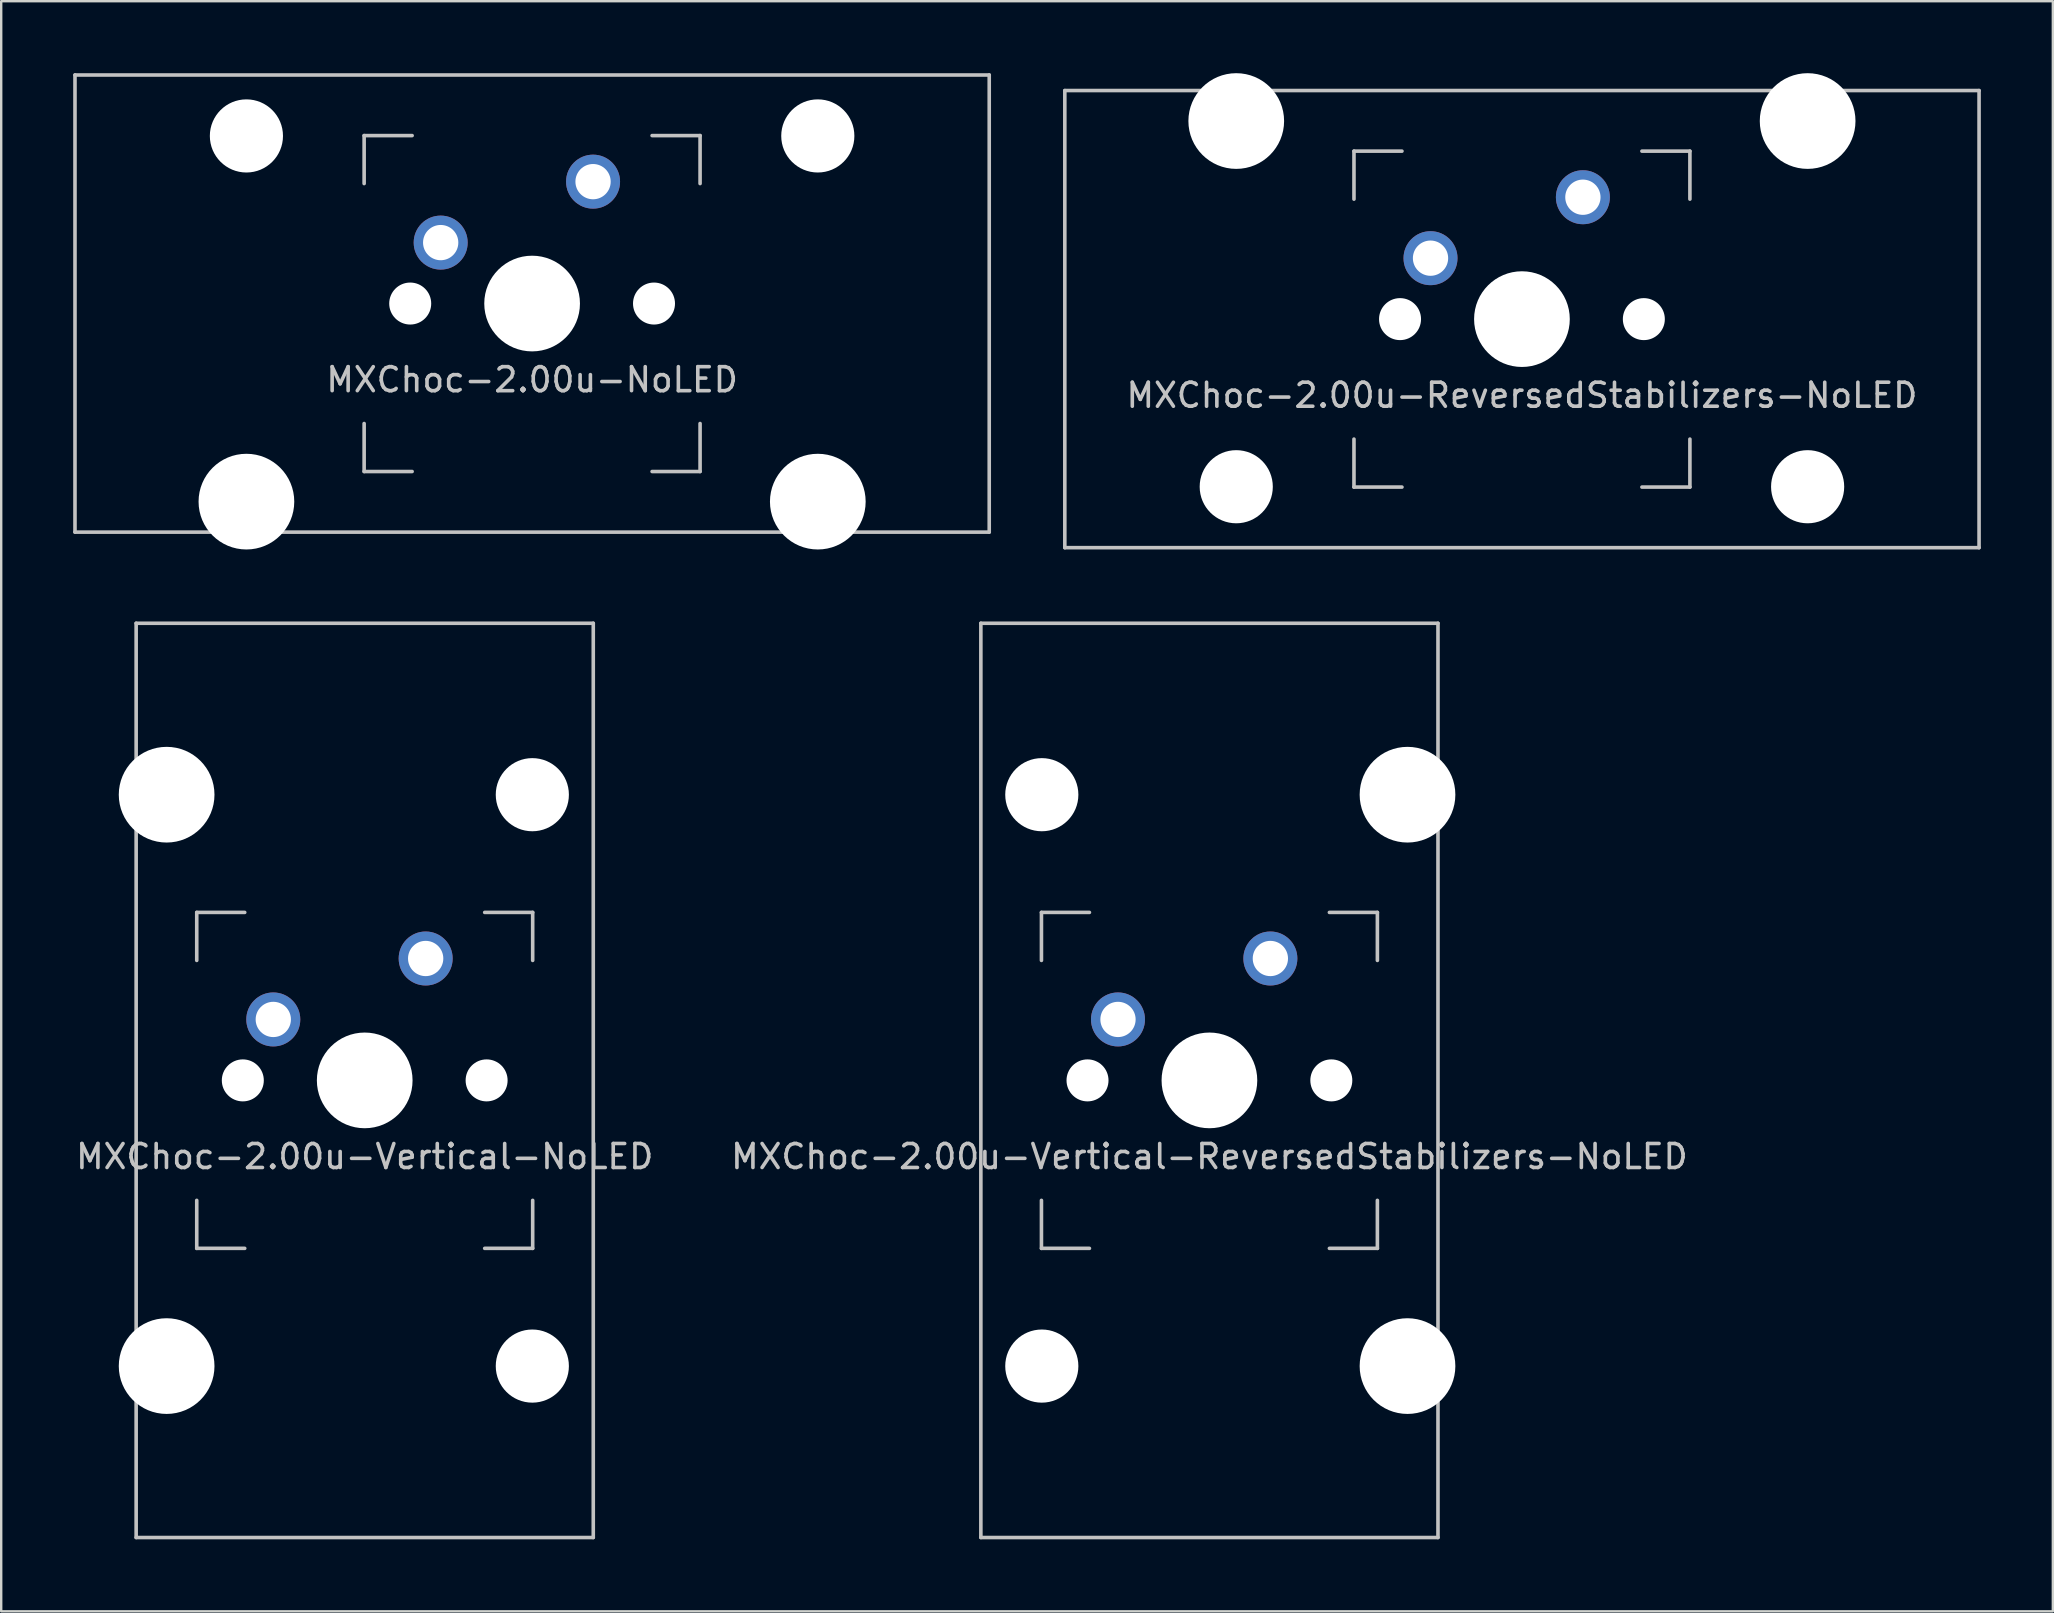
<source format=kicad_pcb>
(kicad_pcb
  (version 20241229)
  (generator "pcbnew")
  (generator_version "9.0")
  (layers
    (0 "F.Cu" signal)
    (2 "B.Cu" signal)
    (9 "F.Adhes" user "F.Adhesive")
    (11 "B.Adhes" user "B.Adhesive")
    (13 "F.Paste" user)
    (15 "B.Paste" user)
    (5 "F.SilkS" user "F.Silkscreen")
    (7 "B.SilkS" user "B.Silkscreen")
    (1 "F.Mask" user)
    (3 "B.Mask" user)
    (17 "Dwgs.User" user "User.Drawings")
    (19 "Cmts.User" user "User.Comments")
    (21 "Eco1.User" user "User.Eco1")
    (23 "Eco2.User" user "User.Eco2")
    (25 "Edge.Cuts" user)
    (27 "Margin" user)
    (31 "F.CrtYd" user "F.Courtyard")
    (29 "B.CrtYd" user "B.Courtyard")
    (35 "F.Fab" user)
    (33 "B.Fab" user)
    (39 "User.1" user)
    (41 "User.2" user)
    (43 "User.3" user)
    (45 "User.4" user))
  (footprint "MXChoc-2.00u-Vertical-ReversedStabilizers-NoLED"
    (layer "F.Cu")
    (at 47.351 41.974)
    (property "Reference" "MXChoc-2.00u-Vertical-ReversedStabilizers-NoLED" (at 0 3.175 0) (layer "Dwgs.User") (effects (font (size 1 1) (thickness 0.15))))
    (attr through_hole)
    (fp_line (start -9.525 -19.05) (end 9.525 -19.05) (stroke (width 0.15) (type solid)) (layer "Dwgs.User"))
    (fp_line (start -9.525 19.05) (end -9.525 -19.05) (stroke (width 0.15) (type solid)) (layer "Dwgs.User"))
    (fp_line (start -7 -7) (end -7 -5) (stroke (width 0.15) (type solid)) (layer "Dwgs.User"))
    (fp_line (start -7 5) (end -7 7) (stroke (width 0.15) (type solid)) (layer "Dwgs.User"))
    (fp_line (start -7 7) (end -5 7) (stroke (width 0.15) (type solid)) (layer "Dwgs.User"))
    (fp_line (start -5 -7) (end -7 -7) (stroke (width 0.15) (type solid)) (layer "Dwgs.User"))
    (fp_line (start 5 -7) (end 7 -7) (stroke (width 0.15) (type solid)) (layer "Dwgs.User"))
    (fp_line (start 5 7) (end 7 7) (stroke (width 0.15) (type solid)) (layer "Dwgs.User"))
    (fp_line (start 7 -7) (end 7 -5) (stroke (width 0.15) (type solid)) (layer "Dwgs.User"))
    (fp_line (start 7 7) (end 7 5) (stroke (width 0.15) (type solid)) (layer "Dwgs.User"))
    (fp_line (start 9.525 19.05) (end -9.525 19.05) (stroke (width 0.15) (type solid)) (layer "Dwgs.User"))
    (fp_line (start 9.525 19.05) (end 9.525 -19.05) (stroke (width 0.15) (type solid)) (layer "Dwgs.User"))
    (pad "" np_thru_hole circle (at -6.985 -11.906 90) (size 3.048 3.048) (drill 3.048) (layers "*.Cu" "*.Mask"))
    (pad "" np_thru_hole circle (at -6.985 11.906 90) (size 3.048 3.048) (drill 3.048) (layers "*.Cu" "*.Mask"))
    (pad "" np_thru_hole circle (at -5.08 0 48.1) (size 1.75 1.75) (drill 1.75) (layers "*.Cu" "*.Mask"))
    (pad "" np_thru_hole circle (at 0 0) (size 3.988 3.988) (drill 3.988) (layers "*.Cu" "*.Mask"))
    (pad "" np_thru_hole circle (at 5.08 0 48.1) (size 1.75 1.75) (drill 1.75) (layers "*.Cu" "*.Mask"))
    (pad "" np_thru_hole circle (at 8.255 -11.906 90) (size 3.988 3.988) (drill 3.988) (layers "*.Cu" "*.Mask"))
    (pad "" np_thru_hole circle (at 8.255 11.906 90) (size 3.988 3.988) (drill 3.988) (layers "*.Cu" "*.Mask"))
    (pad "1" thru_hole circle (at -3.81 -2.54) (size 2.25 2.25) (drill 1.47) (layers "*.Cu" "B.Mask"))
    (pad "2" thru_hole circle (at 2.54 -5.08) (size 2.25 2.25) (drill 1.47) (layers "*.Cu" "B.Mask")))
  (footprint "MXChoc-2.00u-ReversedStabilizers-NoLED"
    (layer "F.Cu")
    (at 60.375 10.249)
    (property "Reference" "MXChoc-2.00u-ReversedStabilizers-NoLED" (at 0 3.175 0) (layer "Dwgs.User") (effects (font (size 1 1) (thickness 0.15))))
    (attr through_hole)
    (fp_line (start -19.05 -9.525) (end 19.05 -9.525) (stroke (width 0.15) (type solid)) (layer "Dwgs.User"))
    (fp_line (start -19.05 9.525) (end -19.05 -9.525) (stroke (width 0.15) (type solid)) (layer "Dwgs.User"))
    (fp_line (start -19.05 9.525) (end 19.05 9.525) (stroke (width 0.15) (type solid)) (layer "Dwgs.User"))
    (fp_line (start -7 -7) (end -7 -5) (stroke (width 0.15) (type solid)) (layer "Dwgs.User"))
    (fp_line (start -7 5) (end -7 7) (stroke (width 0.15) (type solid)) (layer "Dwgs.User"))
    (fp_line (start -7 7) (end -5 7) (stroke (width 0.15) (type solid)) (layer "Dwgs.User"))
    (fp_line (start -5 -7) (end -7 -7) (stroke (width 0.15) (type solid)) (layer "Dwgs.User"))
    (fp_line (start 5 -7) (end 7 -7) (stroke (width 0.15) (type solid)) (layer "Dwgs.User"))
    (fp_line (start 5 7) (end 7 7) (stroke (width 0.15) (type solid)) (layer "Dwgs.User"))
    (fp_line (start 7 -7) (end 7 -5) (stroke (width 0.15) (type solid)) (layer "Dwgs.User"))
    (fp_line (start 7 7) (end 7 5) (stroke (width 0.15) (type solid)) (layer "Dwgs.User"))
    (fp_line (start 19.05 -9.525) (end 19.05 9.525) (stroke (width 0.15) (type solid)) (layer "Dwgs.User"))
    (pad "" np_thru_hole circle (at -11.906 -8.255) (size 3.988 3.988) (drill 3.988) (layers "*.Cu" "*.Mask"))
    (pad "" np_thru_hole circle (at -11.906 6.985) (size 3.048 3.048) (drill 3.048) (layers "*.Cu" "*.Mask"))
    (pad "" np_thru_hole circle (at -5.08 0 48.1) (size 1.75 1.75) (drill 1.75) (layers "*.Cu" "*.Mask"))
    (pad "" np_thru_hole circle (at 0 0) (size 3.988 3.988) (drill 3.988) (layers "*.Cu" "*.Mask"))
    (pad "" np_thru_hole circle (at 5.08 0 48.1) (size 1.75 1.75) (drill 1.75) (layers "*.Cu" "*.Mask"))
    (pad "" np_thru_hole circle (at 11.906 -8.255) (size 3.988 3.988) (drill 3.988) (layers "*.Cu" "*.Mask"))
    (pad "" np_thru_hole circle (at 11.906 6.985) (size 3.048 3.048) (drill 3.048) (layers "*.Cu" "*.Mask"))
    (pad "1" thru_hole circle (at -3.81 -2.54) (size 2.25 2.25) (drill 1.47) (layers "*.Cu" "B.Mask"))
    (pad "2" thru_hole circle (at 2.54 -5.08) (size 2.25 2.25) (drill 1.47) (layers "*.Cu" "B.Mask")))
  (footprint "MXChoc-2.00u-NoLED"
    (layer "F.Cu")
    (at 19.125 9.6)
    (property "Reference" "MXChoc-2.00u-NoLED" (at 0 3.175 0) (layer "Dwgs.User") (effects (font (size 1 1) (thickness 0.15))))
    (attr through_hole)
    (fp_line (start -19.05 -9.525) (end 19.05 -9.525) (stroke (width 0.15) (type solid)) (layer "Dwgs.User"))
    (fp_line (start -19.05 9.525) (end -19.05 -9.525) (stroke (width 0.15) (type solid)) (layer "Dwgs.User"))
    (fp_line (start -19.05 9.525) (end 19.05 9.525) (stroke (width 0.15) (type solid)) (layer "Dwgs.User"))
    (fp_line (start -7 -7) (end -7 -5) (stroke (width 0.15) (type solid)) (layer "Dwgs.User"))
    (fp_line (start -7 5) (end -7 7) (stroke (width 0.15) (type solid)) (layer "Dwgs.User"))
    (fp_line (start -7 7) (end -5 7) (stroke (width 0.15) (type solid)) (layer "Dwgs.User"))
    (fp_line (start -5 -7) (end -7 -7) (stroke (width 0.15) (type solid)) (layer "Dwgs.User"))
    (fp_line (start 5 -7) (end 7 -7) (stroke (width 0.15) (type solid)) (layer "Dwgs.User"))
    (fp_line (start 5 7) (end 7 7) (stroke (width 0.15) (type solid)) (layer "Dwgs.User"))
    (fp_line (start 7 -7) (end 7 -5) (stroke (width 0.15) (type solid)) (layer "Dwgs.User"))
    (fp_line (start 7 7) (end 7 5) (stroke (width 0.15) (type solid)) (layer "Dwgs.User"))
    (fp_line (start 19.05 -9.525) (end 19.05 9.525) (stroke (width 0.15) (type solid)) (layer "Dwgs.User"))
    (pad "" np_thru_hole circle (at -11.906 -6.985) (size 3.048 3.048) (drill 3.048) (layers "*.Cu" "*.Mask"))
    (pad "" np_thru_hole circle (at -11.906 8.255) (size 3.988 3.988) (drill 3.988) (layers "*.Cu" "*.Mask"))
    (pad "" np_thru_hole circle (at -5.08 0 48.1) (size 1.75 1.75) (drill 1.75) (layers "*.Cu" "*.Mask"))
    (pad "" np_thru_hole circle (at 0 0) (size 3.988 3.988) (drill 3.988) (layers "*.Cu" "*.Mask"))
    (pad "" np_thru_hole circle (at 5.08 0 48.1) (size 1.75 1.75) (drill 1.75) (layers "*.Cu" "*.Mask"))
    (pad "" np_thru_hole circle (at 11.906 -6.985) (size 3.048 3.048) (drill 3.048) (layers "*.Cu" "*.Mask"))
    (pad "" np_thru_hole circle (at 11.906 8.255) (size 3.988 3.988) (drill 3.988) (layers "*.Cu" "*.Mask"))
    (pad "1" thru_hole circle (at -3.81 -2.54) (size 2.25 2.25) (drill 1.47) (layers "*.Cu" "B.Mask"))
    (pad "2" thru_hole circle (at 2.54 -5.08) (size 2.25 2.25) (drill 1.47) (layers "*.Cu" "B.Mask")))
  (footprint "MXChoc-2.00u-Vertical-NoLED"
    (layer "F.Cu")
    (at 12.149 41.974)
    (property "Reference" "MXChoc-2.00u-Vertical-NoLED" (at 0 3.175 0) (layer "Dwgs.User") (effects (font (size 1 1) (thickness 0.15))))
    (attr through_hole)
    (fp_line (start -9.525 -19.05) (end -9.525 19.05) (stroke (width 0.15) (type solid)) (layer "Dwgs.User"))
    (fp_line (start -9.525 -19.05) (end 9.525 -19.05) (stroke (width 0.15) (type solid)) (layer "Dwgs.User"))
    (fp_line (start -7 -7) (end -7 -5) (stroke (width 0.15) (type solid)) (layer "Dwgs.User"))
    (fp_line (start -7 5) (end -7 7) (stroke (width 0.15) (type solid)) (layer "Dwgs.User"))
    (fp_line (start -7 7) (end -5 7) (stroke (width 0.15) (type solid)) (layer "Dwgs.User"))
    (fp_line (start -5 -7) (end -7 -7) (stroke (width 0.15) (type solid)) (layer "Dwgs.User"))
    (fp_line (start 5 -7) (end 7 -7) (stroke (width 0.15) (type solid)) (layer "Dwgs.User"))
    (fp_line (start 5 7) (end 7 7) (stroke (width 0.15) (type solid)) (layer "Dwgs.User"))
    (fp_line (start 7 -7) (end 7 -5) (stroke (width 0.15) (type solid)) (layer "Dwgs.User"))
    (fp_line (start 7 7) (end 7 5) (stroke (width 0.15) (type solid)) (layer "Dwgs.User"))
    (fp_line (start 9.525 -19.05) (end 9.525 19.05) (stroke (width 0.15) (type solid)) (layer "Dwgs.User"))
    (fp_line (start 9.525 19.05) (end -9.525 19.05) (stroke (width 0.15) (type solid)) (layer "Dwgs.User"))
    (pad "" np_thru_hole circle (at -8.255 -11.906 270) (size 3.988 3.988) (drill 3.988) (layers "*.Cu" "*.Mask"))
    (pad "" np_thru_hole circle (at -8.255 11.906 270) (size 3.988 3.988) (drill 3.988) (layers "*.Cu" "*.Mask"))
    (pad "" np_thru_hole circle (at -5.08 0 48.1) (size 1.75 1.75) (drill 1.75) (layers "*.Cu" "*.Mask"))
    (pad "" np_thru_hole circle (at 0 0) (size 3.988 3.988) (drill 3.988) (layers "*.Cu" "*.Mask"))
    (pad "" np_thru_hole circle (at 5.08 0 48.1) (size 1.75 1.75) (drill 1.75) (layers "*.Cu" "*.Mask"))
    (pad "" np_thru_hole circle (at 6.985 -11.906 270) (size 3.048 3.048) (drill 3.048) (layers "*.Cu" "*.Mask"))
    (pad "" np_thru_hole circle (at 6.985 11.906 270) (size 3.048 3.048) (drill 3.048) (layers "*.Cu" "*.Mask"))
    (pad "1" thru_hole circle (at -3.81 -2.54) (size 2.25 2.25) (drill 1.47) (layers "*.Cu" "B.Mask"))
    (pad "2" thru_hole circle (at 2.54 -5.08) (size 2.25 2.25) (drill 1.47) (layers "*.Cu" "B.Mask")))
  (gr_rect
    (start -3 -3)
    (end 82.5 64.099)
    (stroke (width 0.1) (type default))
    (fill no)
    (layer "Edge.Cuts")))
</source>
